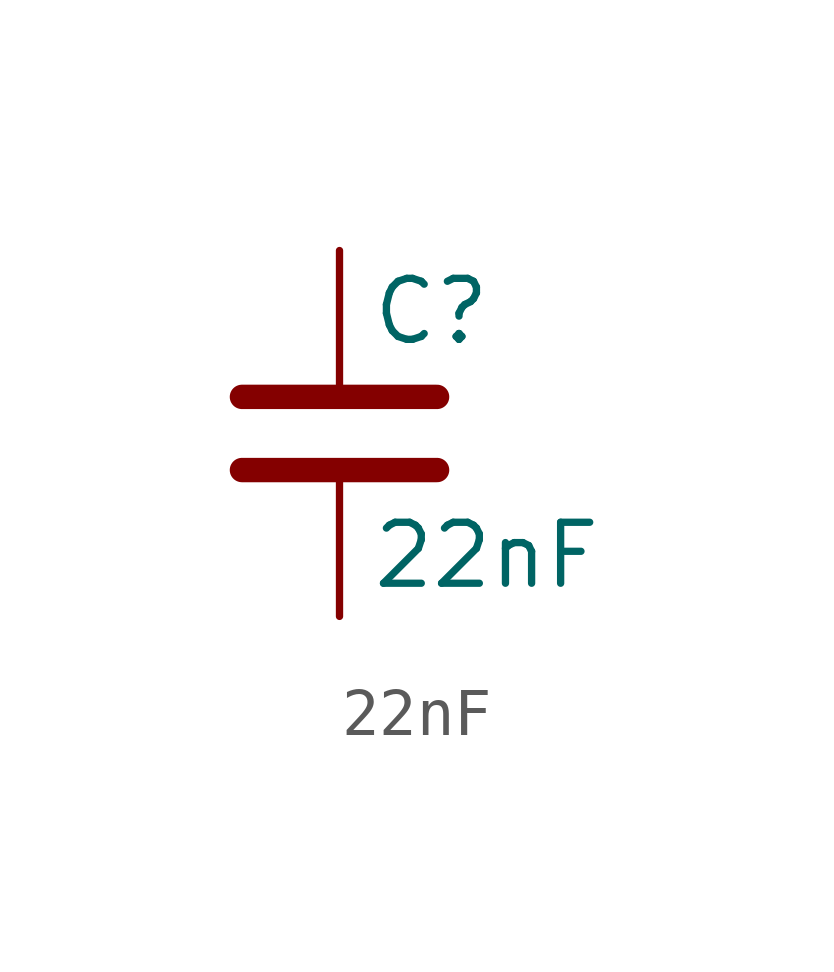
<source format=kicad_sym>
(kicad_symbol_lib
  (version 20220914)
  (generator kicad_symbol_editor)
  (symbol "22nF"
    (pin_numbers hide)
    (pin_names
      (offset 0.254))
    (property "Reference" "C"
      (at 0.635 2.54 0)
      (effects (font (size 1.27 1.27)) (justify left)))
    (property "Value" "22nF"
      (at 0.635 -2.54 0)
      (effects (font (size 1.27 1.27)) (justify left)))
    (symbol "22nF_0_1"
      (polyline (pts (xy -2.032 -0.762) (xy 2.032 -0.762)) (stroke (width 0.508) (type solid)) (fill (type none)))
      (polyline (pts (xy -2.032 0.762) (xy 2.032 0.762)) (stroke (width 0.508) (type solid)) (fill (type none))))
    (symbol "22nF_1_1"
      (pin passive line (at 0 3.81 270) (length 2.794) (name "~" (effects (font (size 1.27 1.27)))) (number "1" (effects (font (size 1.27 1.27)))))
      (pin passive line (at 0 -3.81 90) (length 2.794) (name "~" (effects (font (size 1.27 1.27)))) (number "2" (effects (font (size 1.27 1.27))))))))
</source>
